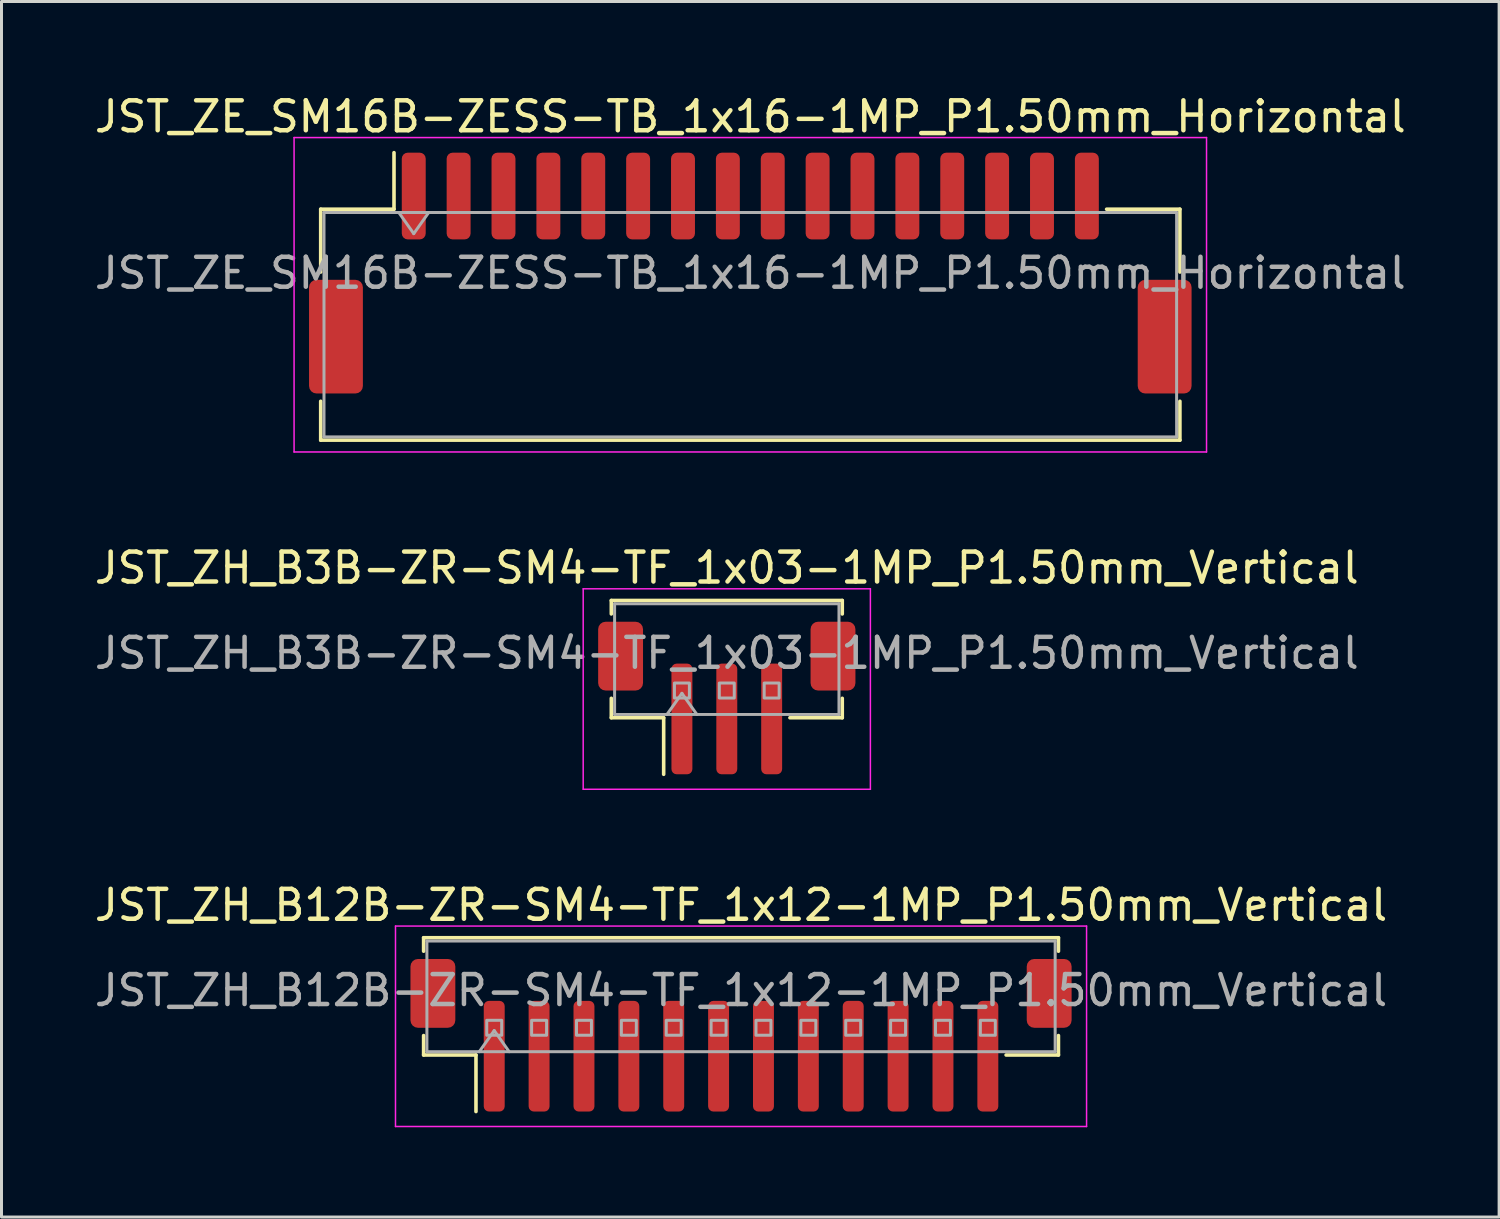
<source format=kicad_pcb>
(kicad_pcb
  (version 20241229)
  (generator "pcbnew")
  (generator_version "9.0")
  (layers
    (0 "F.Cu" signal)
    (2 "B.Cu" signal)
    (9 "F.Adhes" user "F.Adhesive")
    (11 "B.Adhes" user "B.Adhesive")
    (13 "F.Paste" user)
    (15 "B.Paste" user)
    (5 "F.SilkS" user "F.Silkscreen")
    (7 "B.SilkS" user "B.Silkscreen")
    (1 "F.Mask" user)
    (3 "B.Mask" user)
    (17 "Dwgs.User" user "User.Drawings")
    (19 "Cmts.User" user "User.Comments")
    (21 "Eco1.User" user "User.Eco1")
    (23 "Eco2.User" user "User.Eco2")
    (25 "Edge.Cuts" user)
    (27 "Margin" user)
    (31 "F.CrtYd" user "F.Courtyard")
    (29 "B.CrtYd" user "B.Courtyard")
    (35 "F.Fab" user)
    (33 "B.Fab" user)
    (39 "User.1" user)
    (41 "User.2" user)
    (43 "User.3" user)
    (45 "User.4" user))
  (footprint "JST_ZH_B12B-ZR-SM4-TF_1x12-1MP_P1.50mm_Vertical"
    (layer "F.Cu")
    (at 21.72 31.555)
    (property "Reference" "JST_ZH_B12B-ZR-SM4-TF_1x12-1MP_P1.50mm_Vertical" (at 0 -4.35 0) (layer "F.SilkS") (effects (font (size 1 1) (thickness 0.15))))
    (attr smd)
    (fp_line (start -10.61 -3.26) (end 10.61 -3.26) (stroke (width 0.12) (type solid)) (layer "F.SilkS"))
    (fp_line (start -10.61 -2.81) (end -10.61 -3.26) (stroke (width 0.12) (type solid)) (layer "F.SilkS"))
    (fp_line (start -10.61 0.01) (end -10.61 0.66) (stroke (width 0.12) (type solid)) (layer "F.SilkS"))
    (fp_line (start -10.61 0.66) (end -8.86 0.66) (stroke (width 0.12) (type solid)) (layer "F.SilkS"))
    (fp_line (start -8.86 0.66) (end -8.86 2.55) (stroke (width 0.12) (type solid)) (layer "F.SilkS"))
    (fp_line (start 10.61 -3.26) (end 10.61 -2.81) (stroke (width 0.12) (type solid)) (layer "F.SilkS"))
    (fp_line (start 10.61 0.01) (end 10.61 0.66) (stroke (width 0.12) (type solid)) (layer "F.SilkS"))
    (fp_line (start 10.61 0.66) (end 8.86 0.66) (stroke (width 0.12) (type solid)) (layer "F.SilkS"))
    (fp_line (start -11.55 -3.65) (end -11.55 3.05) (stroke (width 0.05) (type solid)) (layer "F.CrtYd"))
    (fp_line (start -11.55 3.05) (end 11.55 3.05) (stroke (width 0.05) (type solid)) (layer "F.CrtYd"))
    (fp_line (start 11.55 -3.65) (end -11.55 -3.65) (stroke (width 0.05) (type solid)) (layer "F.CrtYd"))
    (fp_line (start 11.55 3.05) (end 11.55 -3.65) (stroke (width 0.05) (type solid)) (layer "F.CrtYd"))
    (fp_line (start -10.5 -3.15) (end 10.5 -3.15) (stroke (width 0.1) (type solid)) (layer "F.Fab"))
    (fp_line (start -10.5 0.55) (end -10.5 -3.15) (stroke (width 0.1) (type solid)) (layer "F.Fab"))
    (fp_line (start -10.5 0.55) (end 10.5 0.55) (stroke (width 0.1) (type solid)) (layer "F.Fab"))
    (fp_line (start -8.75 0.55) (end -8.25 -0.157) (stroke (width 0.1) (type solid)) (layer "F.Fab"))
    (fp_line (start -8.25 -0.157) (end -7.75 0.55) (stroke (width 0.1) (type solid)) (layer "F.Fab"))
    (fp_line (start 10.5 0.55) (end 10.5 -3.15) (stroke (width 0.1) (type solid)) (layer "F.Fab"))
    (fp_rect (start -8.5 -0.5) (end -8 0) (stroke (width 0.1) (type solid)) (fill no) (layer "F.Fab"))
    (fp_rect (start -7 -0.5) (end -6.5 0) (stroke (width 0.1) (type solid)) (fill no) (layer "F.Fab"))
    (fp_rect (start -5.5 -0.5) (end -5 0) (stroke (width 0.1) (type solid)) (fill no) (layer "F.Fab"))
    (fp_rect (start -4 -0.5) (end -3.5 0) (stroke (width 0.1) (type solid)) (fill no) (layer "F.Fab"))
    (fp_rect (start -2.5 -0.5) (end -2 0) (stroke (width 0.1) (type solid)) (fill no) (layer "F.Fab"))
    (fp_rect (start -1 -0.5) (end -0.5 0) (stroke (width 0.1) (type solid)) (fill no) (layer "F.Fab"))
    (fp_rect (start 0.5 -0.5) (end 1 0) (stroke (width 0.1) (type solid)) (fill no) (layer "F.Fab"))
    (fp_rect (start 2 -0.5) (end 2.5 0) (stroke (width 0.1) (type solid)) (fill no) (layer "F.Fab"))
    (fp_rect (start 3.5 -0.5) (end 4 0) (stroke (width 0.1) (type solid)) (fill no) (layer "F.Fab"))
    (fp_rect (start 5 -0.5) (end 5.5 0) (stroke (width 0.1) (type solid)) (fill no) (layer "F.Fab"))
    (fp_rect (start 6.5 -0.5) (end 7 0) (stroke (width 0.1) (type solid)) (fill no) (layer "F.Fab"))
    (fp_rect (start 8 -0.5) (end 8.5 0) (stroke (width 0.1) (type solid)) (fill no) (layer "F.Fab"))
    (fp_text user "${REFERENCE}" (at 0 -1.5 0) (layer "F.Fab") (effects (font (size 1 1) (thickness 0.15))))
    (pad "1" smd roundrect (at -8.25 0.7) (size 0.7 3.7) (layers "F.Cu" "F.Mask" "F.Paste") (roundrect_rratio 0.25))
    (pad "2" smd roundrect (at -6.75 0.7) (size 0.7 3.7) (layers "F.Cu" "F.Mask" "F.Paste") (roundrect_rratio 0.25))
    (pad "3" smd roundrect (at -5.25 0.7) (size 0.7 3.7) (layers "F.Cu" "F.Mask" "F.Paste") (roundrect_rratio 0.25))
    (pad "4" smd roundrect (at -3.75 0.7) (size 0.7 3.7) (layers "F.Cu" "F.Mask" "F.Paste") (roundrect_rratio 0.25))
    (pad "5" smd roundrect (at -2.25 0.7) (size 0.7 3.7) (layers "F.Cu" "F.Mask" "F.Paste") (roundrect_rratio 0.25))
    (pad "6" smd roundrect (at -0.75 0.7) (size 0.7 3.7) (layers "F.Cu" "F.Mask" "F.Paste") (roundrect_rratio 0.25))
    (pad "7" smd roundrect (at 0.75 0.7) (size 0.7 3.7) (layers "F.Cu" "F.Mask" "F.Paste") (roundrect_rratio 0.25))
    (pad "8" smd roundrect (at 2.25 0.7) (size 0.7 3.7) (layers "F.Cu" "F.Mask" "F.Paste") (roundrect_rratio 0.25))
    (pad "9" smd roundrect (at 3.75 0.7) (size 0.7 3.7) (layers "F.Cu" "F.Mask" "F.Paste") (roundrect_rratio 0.25))
    (pad "10" smd roundrect (at 5.25 0.7) (size 0.7 3.7) (layers "F.Cu" "F.Mask" "F.Paste") (roundrect_rratio 0.25))
    (pad "11" smd roundrect (at 6.75 0.7) (size 0.7 3.7) (layers "F.Cu" "F.Mask" "F.Paste") (roundrect_rratio 0.25))
    (pad "12" smd roundrect (at 8.25 0.7) (size 0.7 3.7) (layers "F.Cu" "F.Mask" "F.Paste") (roundrect_rratio 0.25))
    (pad "MP" smd roundrect (at -10.3 -1.4) (size 1.5 2.3) (layers "F.Cu" "F.Mask" "F.Paste") (roundrect_rratio 0.167))
    (pad "MP" smd roundrect (at 10.3 -1.4) (size 1.5 2.3) (layers "F.Cu" "F.Mask" "F.Paste") (roundrect_rratio 0.167)))
  (footprint "JST_ZE_SM16B-ZESS-TB_1x16-1MP_P1.50mm_Horizontal"
    (layer "F.Cu")
    (at 22.03 6.078)
    (property "Reference" "JST_ZE_SM16B-ZESS-TB_1x16-1MP_P1.50mm_Horizontal" (at 0 -5.23 0) (layer "F.SilkS") (effects (font (size 1 1) (thickness 0.15))))
    (attr smd)
    (fp_line (start -14.36 -2.135) (end -11.91 -2.135) (stroke (width 0.12) (type solid)) (layer "F.SilkS"))
    (fp_line (start -14.36 -0.035) (end -14.36 -2.135) (stroke (width 0.12) (type solid)) (layer "F.SilkS"))
    (fp_line (start -14.36 4.285) (end -14.36 5.585) (stroke (width 0.12) (type solid)) (layer "F.SilkS"))
    (fp_line (start -14.36 5.585) (end 14.36 5.585) (stroke (width 0.12) (type solid)) (layer "F.SilkS"))
    (fp_line (start -11.91 -2.135) (end -11.91 -4.025) (stroke (width 0.12) (type solid)) (layer "F.SilkS"))
    (fp_line (start 14.36 -2.135) (end 11.91 -2.135) (stroke (width 0.12) (type solid)) (layer "F.SilkS"))
    (fp_line (start 14.36 -0.035) (end 14.36 -2.135) (stroke (width 0.12) (type solid)) (layer "F.SilkS"))
    (fp_line (start 14.36 5.585) (end 14.36 4.285) (stroke (width 0.12) (type solid)) (layer "F.SilkS"))
    (fp_line (start -15.25 -4.53) (end -15.25 5.98) (stroke (width 0.05) (type solid)) (layer "F.CrtYd"))
    (fp_line (start -15.25 5.98) (end 15.25 5.98) (stroke (width 0.05) (type solid)) (layer "F.CrtYd"))
    (fp_line (start 15.25 -4.53) (end -15.25 -4.53) (stroke (width 0.05) (type solid)) (layer "F.CrtYd"))
    (fp_line (start 15.25 5.98) (end 15.25 -4.53) (stroke (width 0.05) (type solid)) (layer "F.CrtYd"))
    (fp_line (start -14.25 -2.025) (end -14.25 5.475) (stroke (width 0.1) (type solid)) (layer "F.Fab"))
    (fp_line (start -14.25 -2.025) (end 14.25 -2.025) (stroke (width 0.1) (type solid)) (layer "F.Fab"))
    (fp_line (start -14.25 5.475) (end 14.25 5.475) (stroke (width 0.1) (type solid)) (layer "F.Fab"))
    (fp_line (start -11.75 -2.025) (end -11.25 -1.318) (stroke (width 0.1) (type solid)) (layer "F.Fab"))
    (fp_line (start -11.25 -1.318) (end -10.75 -2.025) (stroke (width 0.1) (type solid)) (layer "F.Fab"))
    (fp_line (start 14.25 -2.025) (end 14.25 5.475) (stroke (width 0.1) (type solid)) (layer "F.Fab"))
    (fp_text user "${REFERENCE}" (at 0 0 0) (layer "F.Fab") (effects (font (size 1 1) (thickness 0.15))))
    (pad "1" smd roundrect (at -11.25 -2.575) (size 0.8 2.9) (layers "F.Cu" "F.Mask" "F.Paste") (roundrect_rratio 0.25))
    (pad "2" smd roundrect (at -9.75 -2.575) (size 0.8 2.9) (layers "F.Cu" "F.Mask" "F.Paste") (roundrect_rratio 0.25))
    (pad "3" smd roundrect (at -8.25 -2.575) (size 0.8 2.9) (layers "F.Cu" "F.Mask" "F.Paste") (roundrect_rratio 0.25))
    (pad "4" smd roundrect (at -6.75 -2.575) (size 0.8 2.9) (layers "F.Cu" "F.Mask" "F.Paste") (roundrect_rratio 0.25))
    (pad "5" smd roundrect (at -5.25 -2.575) (size 0.8 2.9) (layers "F.Cu" "F.Mask" "F.Paste") (roundrect_rratio 0.25))
    (pad "6" smd roundrect (at -3.75 -2.575) (size 0.8 2.9) (layers "F.Cu" "F.Mask" "F.Paste") (roundrect_rratio 0.25))
    (pad "7" smd roundrect (at -2.25 -2.575) (size 0.8 2.9) (layers "F.Cu" "F.Mask" "F.Paste") (roundrect_rratio 0.25))
    (pad "8" smd roundrect (at -0.75 -2.575) (size 0.8 2.9) (layers "F.Cu" "F.Mask" "F.Paste") (roundrect_rratio 0.25))
    (pad "9" smd roundrect (at 0.75 -2.575) (size 0.8 2.9) (layers "F.Cu" "F.Mask" "F.Paste") (roundrect_rratio 0.25))
    (pad "10" smd roundrect (at 2.25 -2.575) (size 0.8 2.9) (layers "F.Cu" "F.Mask" "F.Paste") (roundrect_rratio 0.25))
    (pad "11" smd roundrect (at 3.75 -2.575) (size 0.8 2.9) (layers "F.Cu" "F.Mask" "F.Paste") (roundrect_rratio 0.25))
    (pad "12" smd roundrect (at 5.25 -2.575) (size 0.8 2.9) (layers "F.Cu" "F.Mask" "F.Paste") (roundrect_rratio 0.25))
    (pad "13" smd roundrect (at 6.75 -2.575) (size 0.8 2.9) (layers "F.Cu" "F.Mask" "F.Paste") (roundrect_rratio 0.25))
    (pad "14" smd roundrect (at 8.25 -2.575) (size 0.8 2.9) (layers "F.Cu" "F.Mask" "F.Paste") (roundrect_rratio 0.25))
    (pad "15" smd roundrect (at 9.75 -2.575) (size 0.8 2.9) (layers "F.Cu" "F.Mask" "F.Paste") (roundrect_rratio 0.25))
    (pad "16" smd roundrect (at 11.25 -2.575) (size 0.8 2.9) (layers "F.Cu" "F.Mask" "F.Paste") (roundrect_rratio 0.25))
    (pad "MP" smd roundrect (at -13.85 2.125) (size 1.8 3.8) (layers "F.Cu" "F.Mask" "F.Paste") (roundrect_rratio 0.139))
    (pad "MP" smd roundrect (at 13.85 2.125) (size 1.8 3.8) (layers "F.Cu" "F.Mask" "F.Paste") (roundrect_rratio 0.139)))
  (footprint "JST_ZH_B3B-ZR-SM4-TF_1x03-1MP_P1.50mm_Vertical"
    (layer "F.Cu")
    (at 21.244 20.282)
    (property "Reference" "JST_ZH_B3B-ZR-SM4-TF_1x03-1MP_P1.50mm_Vertical" (at 0 -4.35 0) (layer "F.SilkS") (effects (font (size 1 1) (thickness 0.15))))
    (attr smd)
    (fp_line (start -3.86 -3.26) (end 3.86 -3.26) (stroke (width 0.12) (type solid)) (layer "F.SilkS"))
    (fp_line (start -3.86 -2.81) (end -3.86 -3.26) (stroke (width 0.12) (type solid)) (layer "F.SilkS"))
    (fp_line (start -3.86 0.01) (end -3.86 0.66) (stroke (width 0.12) (type solid)) (layer "F.SilkS"))
    (fp_line (start -3.86 0.66) (end -2.11 0.66) (stroke (width 0.12) (type solid)) (layer "F.SilkS"))
    (fp_line (start -2.11 0.66) (end -2.11 2.55) (stroke (width 0.12) (type solid)) (layer "F.SilkS"))
    (fp_line (start 3.86 -3.26) (end 3.86 -2.81) (stroke (width 0.12) (type solid)) (layer "F.SilkS"))
    (fp_line (start 3.86 0.01) (end 3.86 0.66) (stroke (width 0.12) (type solid)) (layer "F.SilkS"))
    (fp_line (start 3.86 0.66) (end 2.11 0.66) (stroke (width 0.12) (type solid)) (layer "F.SilkS"))
    (fp_line (start -4.8 -3.65) (end -4.8 3.05) (stroke (width 0.05) (type solid)) (layer "F.CrtYd"))
    (fp_line (start -4.8 3.05) (end 4.8 3.05) (stroke (width 0.05) (type solid)) (layer "F.CrtYd"))
    (fp_line (start 4.8 -3.65) (end -4.8 -3.65) (stroke (width 0.05) (type solid)) (layer "F.CrtYd"))
    (fp_line (start 4.8 3.05) (end 4.8 -3.65) (stroke (width 0.05) (type solid)) (layer "F.CrtYd"))
    (fp_line (start -3.75 -3.15) (end 3.75 -3.15) (stroke (width 0.1) (type solid)) (layer "F.Fab"))
    (fp_line (start -3.75 0.55) (end -3.75 -3.15) (stroke (width 0.1) (type solid)) (layer "F.Fab"))
    (fp_line (start -3.75 0.55) (end 3.75 0.55) (stroke (width 0.1) (type solid)) (layer "F.Fab"))
    (fp_line (start -2 0.55) (end -1.5 -0.157) (stroke (width 0.1) (type solid)) (layer "F.Fab"))
    (fp_line (start -1.5 -0.157) (end -1 0.55) (stroke (width 0.1) (type solid)) (layer "F.Fab"))
    (fp_line (start 3.75 0.55) (end 3.75 -3.15) (stroke (width 0.1) (type solid)) (layer "F.Fab"))
    (fp_rect (start -1.75 -0.5) (end -1.25 0) (stroke (width 0.1) (type solid)) (fill no) (layer "F.Fab"))
    (fp_rect (start -0.25 -0.5) (end 0.25 0) (stroke (width 0.1) (type solid)) (fill no) (layer "F.Fab"))
    (fp_rect (start 1.25 -0.5) (end 1.75 0) (stroke (width 0.1) (type solid)) (fill no) (layer "F.Fab"))
    (fp_text user "${REFERENCE}" (at 0 -1.5 0) (layer "F.Fab") (effects (font (size 1 1) (thickness 0.15))))
    (pad "1" smd roundrect (at -1.5 0.7) (size 0.7 3.7) (layers "F.Cu" "F.Mask" "F.Paste") (roundrect_rratio 0.25))
    (pad "2" smd roundrect (at 0 0.7) (size 0.7 3.7) (layers "F.Cu" "F.Mask" "F.Paste") (roundrect_rratio 0.25))
    (pad "3" smd roundrect (at 1.5 0.7) (size 0.7 3.7) (layers "F.Cu" "F.Mask" "F.Paste") (roundrect_rratio 0.25))
    (pad "MP" smd roundrect (at -3.55 -1.4) (size 1.5 2.3) (layers "F.Cu" "F.Mask" "F.Paste") (roundrect_rratio 0.167))
    (pad "MP" smd roundrect (at 3.55 -1.4) (size 1.5 2.3) (layers "F.Cu" "F.Mask" "F.Paste") (roundrect_rratio 0.167)))
  (gr_rect
    (start -3 -3)
    (end 47.06 37.63)
    (stroke (width 0.1) (type default))
    (fill no)
    (layer "Edge.Cuts")))
</source>
